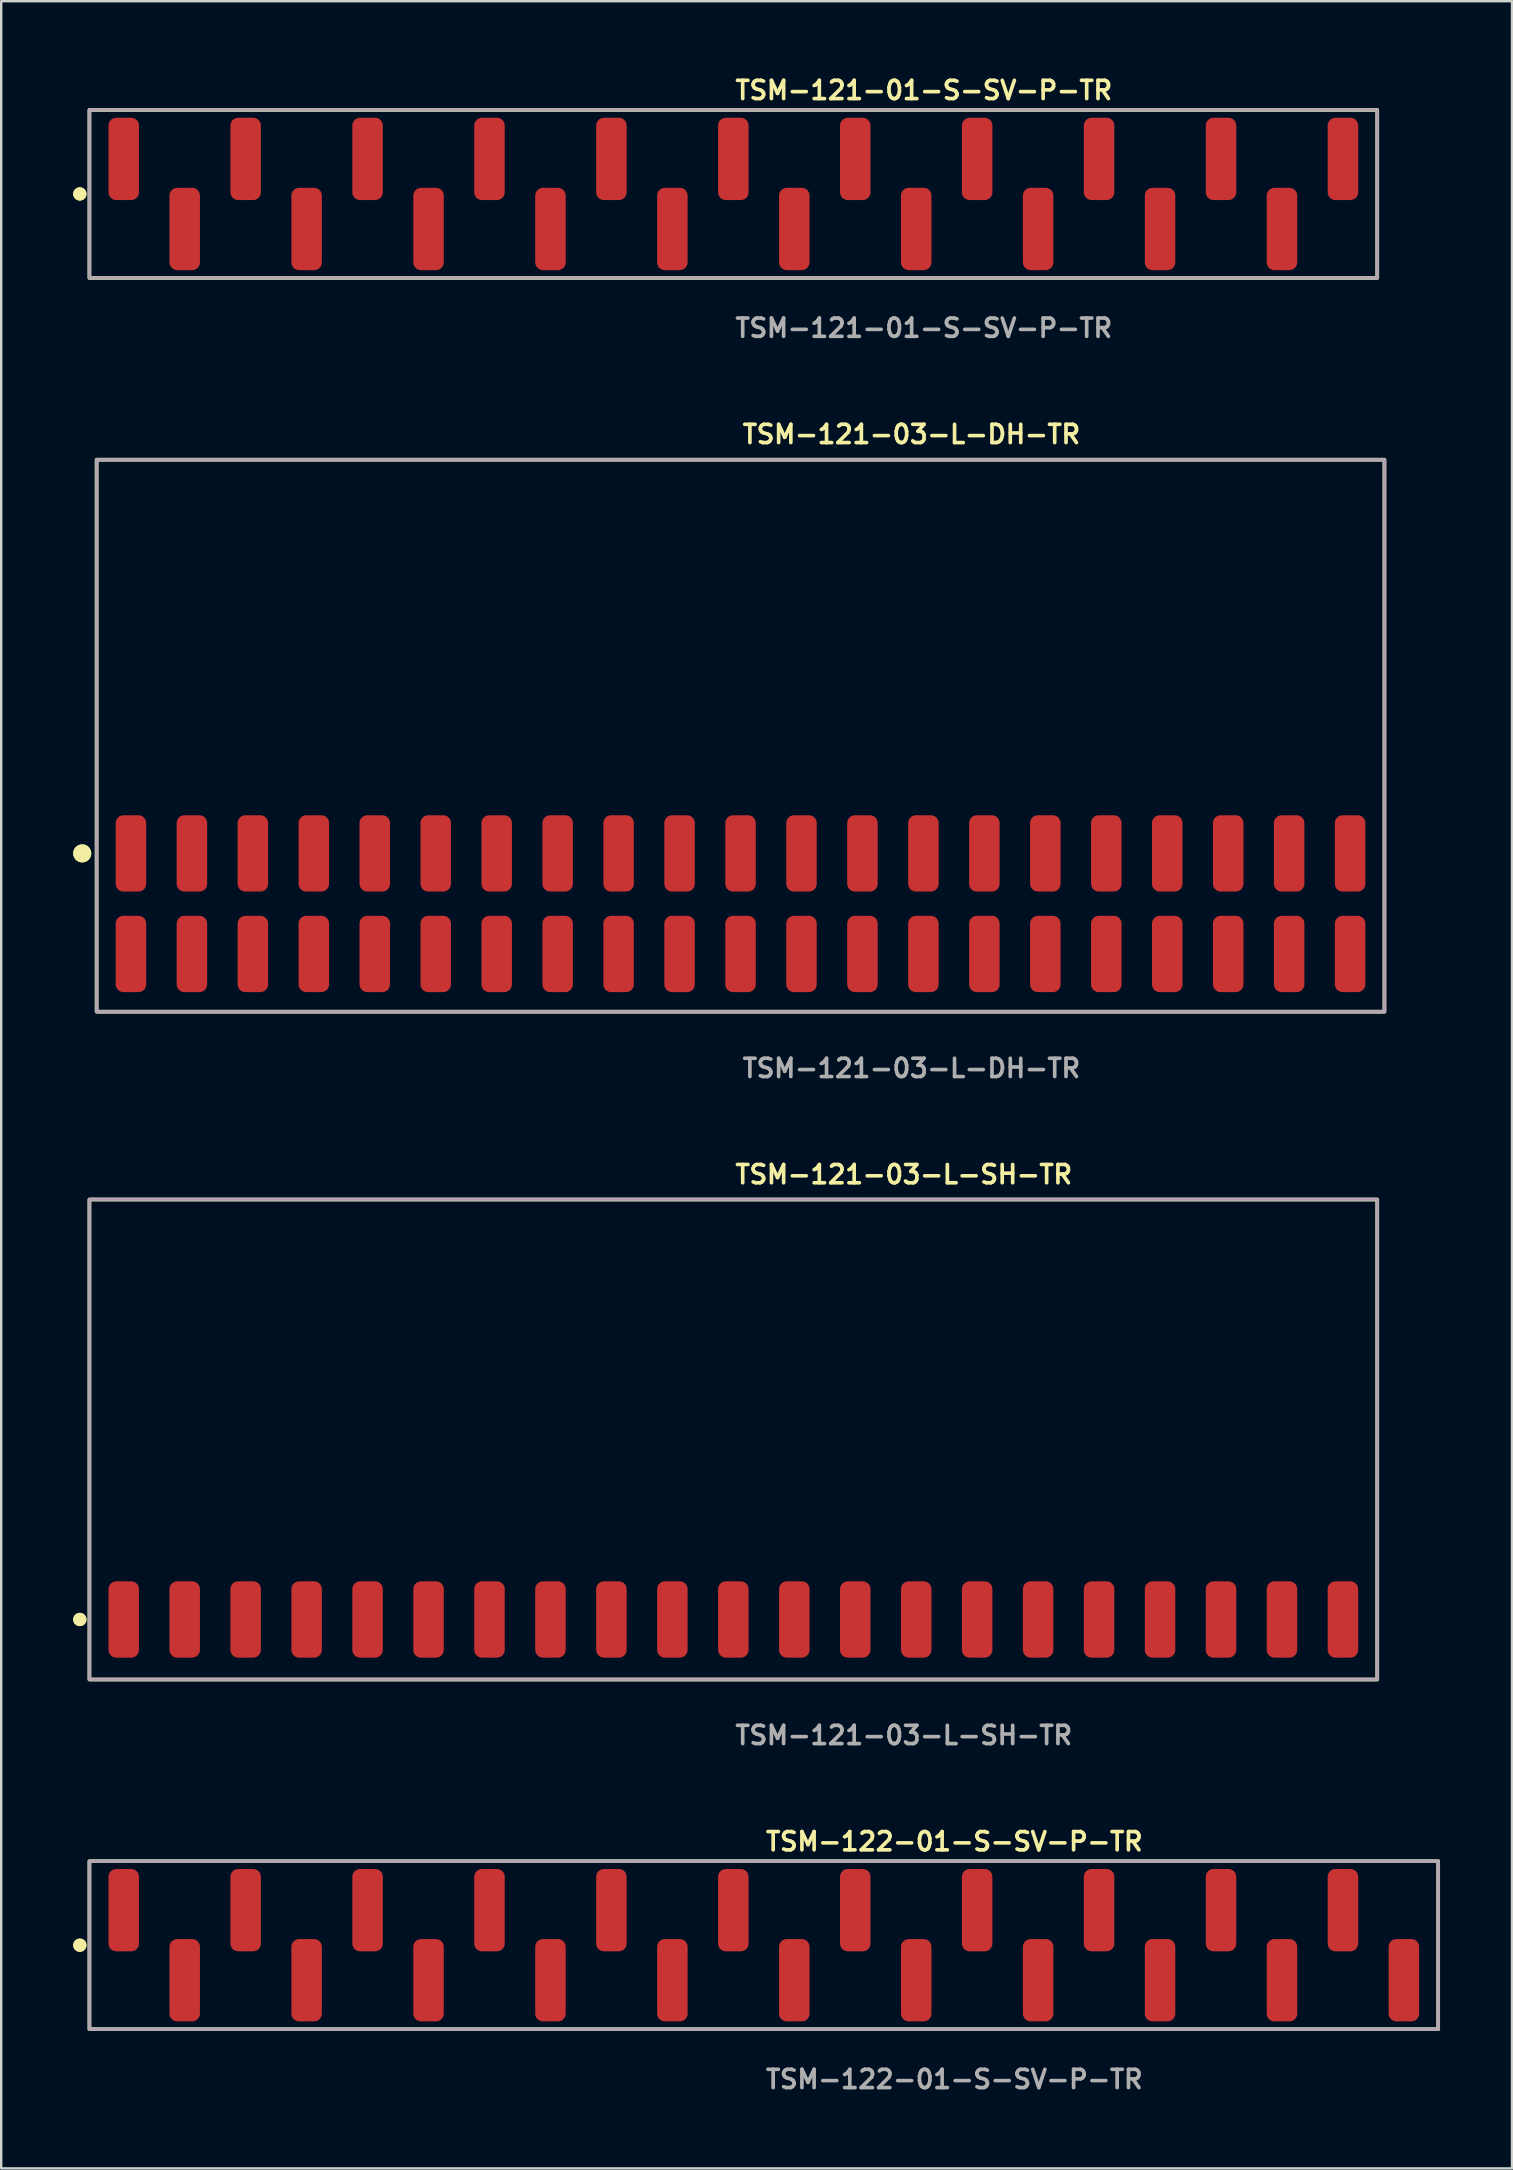
<source format=kicad_pcb>
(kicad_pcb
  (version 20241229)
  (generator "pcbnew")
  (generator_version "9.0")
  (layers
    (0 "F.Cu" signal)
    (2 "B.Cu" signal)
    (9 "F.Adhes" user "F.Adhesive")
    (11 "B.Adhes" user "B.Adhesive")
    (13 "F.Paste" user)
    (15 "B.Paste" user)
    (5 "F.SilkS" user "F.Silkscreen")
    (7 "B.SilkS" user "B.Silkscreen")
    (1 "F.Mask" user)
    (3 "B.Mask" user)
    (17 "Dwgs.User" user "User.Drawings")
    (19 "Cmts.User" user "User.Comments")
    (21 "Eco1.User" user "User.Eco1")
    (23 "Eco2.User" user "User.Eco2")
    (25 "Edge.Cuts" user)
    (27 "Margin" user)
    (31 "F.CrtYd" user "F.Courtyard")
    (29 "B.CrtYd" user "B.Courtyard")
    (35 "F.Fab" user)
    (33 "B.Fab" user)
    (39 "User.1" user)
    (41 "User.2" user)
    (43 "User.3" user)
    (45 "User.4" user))
  (footprint "TSM-121-01-S-SV-P-TR"
    (layer "F.Cu")
    (at 27.506 5.031)
    (property "Reference" "TSM-121-01-S-SV-P-TR" (at 0 -4.318 0) (unlocked yes) (layer "F.SilkS") (effects (font (size 0.762 0.762) (thickness 0.152)) (justify left)))
    (fp_rect (start -26.83 3.5) (end 26.83 -3.5) (stroke (width 0.152) (type solid)) (fill no) (layer "F.SilkS"))
    (fp_circle (center -27.23 0) (end -27.43 0) (stroke (width 0.152) (type solid)) (fill yes) (layer "F.SilkS"))
    (fp_circle (center -27.23 0) (end -27.43 0) (stroke (width 0.152) (type solid)) (fill yes) (layer "F.SilkS"))
    (fp_rect (start -26.83 3.5) (end 26.83 -3.5) (stroke (width 0.006) (type solid)) (fill no) (layer "F.CrtYd"))
    (fp_rect (start -26.83 3.5) (end 26.83 -3.5) (stroke (width 0.152) (type solid)) (fill no) (layer "F.Fab"))
    (fp_text user "${REFERENCE}" (at 0 5.588 0) (unlocked yes) (layer "F.Fab") (effects (font (size 0.762 0.762) (thickness 0.152)) (justify left)))
    (pad "1" smd roundrect (at -25.4 -1.46) (size 1.27 3.43) (layers "F.Cu" "F.Paste") (roundrect_rratio 0.25))
    (pad "2" smd roundrect (at -22.86 1.46) (size 1.27 3.43) (layers "F.Cu" "F.Paste") (roundrect_rratio 0.25))
    (pad "3" smd roundrect (at -20.32 -1.46) (size 1.27 3.43) (layers "F.Cu" "F.Paste") (roundrect_rratio 0.25))
    (pad "4" smd roundrect (at -17.78 1.46) (size 1.27 3.43) (layers "F.Cu" "F.Paste") (roundrect_rratio 0.25))
    (pad "5" smd roundrect (at -15.24 -1.46) (size 1.27 3.43) (layers "F.Cu" "F.Paste") (roundrect_rratio 0.25))
    (pad "6" smd roundrect (at -12.7 1.46) (size 1.27 3.43) (layers "F.Cu" "F.Paste") (roundrect_rratio 0.25))
    (pad "7" smd roundrect (at -10.16 -1.46) (size 1.27 3.43) (layers "F.Cu" "F.Paste") (roundrect_rratio 0.25))
    (pad "8" smd roundrect (at -7.62 1.46) (size 1.27 3.43) (layers "F.Cu" "F.Paste") (roundrect_rratio 0.25))
    (pad "9" smd roundrect (at -5.08 -1.46) (size 1.27 3.43) (layers "F.Cu" "F.Paste") (roundrect_rratio 0.25))
    (pad "10" smd roundrect (at -2.54 1.46) (size 1.27 3.43) (layers "F.Cu" "F.Paste") (roundrect_rratio 0.25))
    (pad "11" smd roundrect (at 0 -1.46) (size 1.27 3.43) (layers "F.Cu" "F.Paste") (roundrect_rratio 0.25))
    (pad "12" smd roundrect (at 2.54 1.46) (size 1.27 3.43) (layers "F.Cu" "F.Paste") (roundrect_rratio 0.25))
    (pad "13" smd roundrect (at 5.08 -1.46) (size 1.27 3.43) (layers "F.Cu" "F.Paste") (roundrect_rratio 0.25))
    (pad "14" smd roundrect (at 7.62 1.46) (size 1.27 3.43) (layers "F.Cu" "F.Paste") (roundrect_rratio 0.25))
    (pad "15" smd roundrect (at 10.16 -1.46) (size 1.27 3.43) (layers "F.Cu" "F.Paste") (roundrect_rratio 0.25))
    (pad "16" smd roundrect (at 12.7 1.46) (size 1.27 3.43) (layers "F.Cu" "F.Paste") (roundrect_rratio 0.25))
    (pad "17" smd roundrect (at 15.24 -1.46) (size 1.27 3.43) (layers "F.Cu" "F.Paste") (roundrect_rratio 0.25))
    (pad "18" smd roundrect (at 17.78 1.46) (size 1.27 3.43) (layers "F.Cu" "F.Paste") (roundrect_rratio 0.25))
    (pad "19" smd roundrect (at 20.32 -1.46) (size 1.27 3.43) (layers "F.Cu" "F.Paste") (roundrect_rratio 0.25))
    (pad "20" smd roundrect (at 22.86 1.46) (size 1.27 3.43) (layers "F.Cu" "F.Paste") (roundrect_rratio 0.25))
    (pad "21" smd roundrect (at 25.4 -1.46) (size 1.27 3.43) (layers "F.Cu" "F.Paste") (roundrect_rratio 0.25)))
  (footprint "TSM-121-03-L-SH-TR"
    (layer "F.Cu")
    (at 27.506 64.43)
    (property "Reference" "TSM-121-03-L-SH-TR" (at 0 -18.542 0) (unlocked yes) (layer "F.SilkS") (effects (font (size 0.762 0.762) (thickness 0.152)) (justify left)))
    (fp_rect (start -26.83 2.5) (end 26.83 -17.5) (stroke (width 0.152) (type solid)) (fill no) (layer "F.SilkS"))
    (fp_circle (center -27.23 0) (end -27.43 0) (stroke (width 0.152) (type solid)) (fill yes) (layer "F.SilkS"))
    (fp_circle (center -27.23 0) (end -27.43 0) (stroke (width 0.152) (type solid)) (fill yes) (layer "F.SilkS"))
    (fp_rect (start -26.83 2.5) (end 26.83 -17.5) (stroke (width 0.006) (type solid)) (fill no) (layer "F.CrtYd"))
    (fp_rect (start -26.83 2.5) (end 26.83 -17.5) (stroke (width 0.152) (type solid)) (fill no) (layer "F.Fab"))
    (fp_text user "${REFERENCE}" (at 0 4.826 0) (unlocked yes) (layer "F.Fab") (effects (font (size 0.762 0.762) (thickness 0.152)) (justify left)))
    (pad "1" smd roundrect (at -25.4 0) (size 1.27 3.18) (layers "F.Cu" "F.Paste") (roundrect_rratio 0.25))
    (pad "2" smd roundrect (at -22.86 0) (size 1.27 3.18) (layers "F.Cu" "F.Paste") (roundrect_rratio 0.25))
    (pad "3" smd roundrect (at -20.32 0) (size 1.27 3.18) (layers "F.Cu" "F.Paste") (roundrect_rratio 0.25))
    (pad "4" smd roundrect (at -17.78 0) (size 1.27 3.18) (layers "F.Cu" "F.Paste") (roundrect_rratio 0.25))
    (pad "5" smd roundrect (at -15.24 0) (size 1.27 3.18) (layers "F.Cu" "F.Paste") (roundrect_rratio 0.25))
    (pad "6" smd roundrect (at -12.7 0) (size 1.27 3.18) (layers "F.Cu" "F.Paste") (roundrect_rratio 0.25))
    (pad "7" smd roundrect (at -10.16 0) (size 1.27 3.18) (layers "F.Cu" "F.Paste") (roundrect_rratio 0.25))
    (pad "8" smd roundrect (at -7.62 0) (size 1.27 3.18) (layers "F.Cu" "F.Paste") (roundrect_rratio 0.25))
    (pad "9" smd roundrect (at -5.08 0) (size 1.27 3.18) (layers "F.Cu" "F.Paste") (roundrect_rratio 0.25))
    (pad "10" smd roundrect (at -2.54 0) (size 1.27 3.18) (layers "F.Cu" "F.Paste") (roundrect_rratio 0.25))
    (pad "11" smd roundrect (at 0 0) (size 1.27 3.18) (layers "F.Cu" "F.Paste") (roundrect_rratio 0.25))
    (pad "12" smd roundrect (at 2.54 0) (size 1.27 3.18) (layers "F.Cu" "F.Paste") (roundrect_rratio 0.25))
    (pad "13" smd roundrect (at 5.08 0) (size 1.27 3.18) (layers "F.Cu" "F.Paste") (roundrect_rratio 0.25))
    (pad "14" smd roundrect (at 7.62 0) (size 1.27 3.18) (layers "F.Cu" "F.Paste") (roundrect_rratio 0.25))
    (pad "15" smd roundrect (at 10.16 0) (size 1.27 3.18) (layers "F.Cu" "F.Paste") (roundrect_rratio 0.25))
    (pad "16" smd roundrect (at 12.7 0) (size 1.27 3.18) (layers "F.Cu" "F.Paste") (roundrect_rratio 0.25))
    (pad "17" smd roundrect (at 15.24 0) (size 1.27 3.18) (layers "F.Cu" "F.Paste") (roundrect_rratio 0.25))
    (pad "18" smd roundrect (at 17.78 0) (size 1.27 3.18) (layers "F.Cu" "F.Paste") (roundrect_rratio 0.25))
    (pad "19" smd roundrect (at 20.32 0) (size 1.27 3.18) (layers "F.Cu" "F.Paste") (roundrect_rratio 0.25))
    (pad "20" smd roundrect (at 22.86 0) (size 1.27 3.18) (layers "F.Cu" "F.Paste") (roundrect_rratio 0.25))
    (pad "21" smd roundrect (at 25.4 0) (size 1.27 3.18) (layers "F.Cu" "F.Paste") (roundrect_rratio 0.25)))
  (footprint "TSM-121-03-L-DH-TR"
    (layer "F.Cu")
    (at 27.806 34.604)
    (property "Reference" "TSM-121-03-L-DH-TR" (at 0 -19.558 0) (unlocked yes) (layer "F.SilkS") (effects (font (size 0.762 0.762) (thickness 0.152)) (justify left)))
    (fp_rect (start -26.83 4.5) (end 26.83 -18.5) (stroke (width 0.152) (type solid)) (fill no) (layer "F.SilkS"))
    (fp_circle (center -27.43 -2.095) (end -27.73 -2.095) (stroke (width 0.152) (type solid)) (fill yes) (layer "F.SilkS"))
    (fp_circle (center -27.43 -2.095) (end -27.73 -2.095) (stroke (width 0.152) (type solid)) (fill yes) (layer "F.SilkS"))
    (fp_rect (start -26.83 4.5) (end 26.83 -18.5) (stroke (width 0.006) (type solid)) (fill no) (layer "F.CrtYd"))
    (fp_rect (start -26.83 4.5) (end 26.83 -18.5) (stroke (width 0.152) (type solid)) (fill no) (layer "F.Fab"))
    (fp_text user "${REFERENCE}" (at 0 6.858 0) (unlocked yes) (layer "F.Fab") (effects (font (size 0.762 0.762) (thickness 0.152)) (justify left)))
    (pad "1" smd roundrect (at -25.4 2.095) (size 1.27 3.18) (layers "F.Cu" "F.Paste") (roundrect_rratio 0.25))
    (pad "2" smd roundrect (at -25.4 -2.095) (size 1.27 3.18) (layers "F.Cu" "F.Paste") (roundrect_rratio 0.25))
    (pad "3" smd roundrect (at -22.86 2.095) (size 1.27 3.18) (layers "F.Cu" "F.Paste") (roundrect_rratio 0.25))
    (pad "4" smd roundrect (at -22.86 -2.095) (size 1.27 3.18) (layers "F.Cu" "F.Paste") (roundrect_rratio 0.25))
    (pad "5" smd roundrect (at -20.32 2.095) (size 1.27 3.18) (layers "F.Cu" "F.Paste") (roundrect_rratio 0.25))
    (pad "6" smd roundrect (at -20.32 -2.095) (size 1.27 3.18) (layers "F.Cu" "F.Paste") (roundrect_rratio 0.25))
    (pad "7" smd roundrect (at -17.78 2.095) (size 1.27 3.18) (layers "F.Cu" "F.Paste") (roundrect_rratio 0.25))
    (pad "8" smd roundrect (at -17.78 -2.095) (size 1.27 3.18) (layers "F.Cu" "F.Paste") (roundrect_rratio 0.25))
    (pad "9" smd roundrect (at -15.24 2.095) (size 1.27 3.18) (layers "F.Cu" "F.Paste") (roundrect_rratio 0.25))
    (pad "10" smd roundrect (at -15.24 -2.095) (size 1.27 3.18) (layers "F.Cu" "F.Paste") (roundrect_rratio 0.25))
    (pad "11" smd roundrect (at -12.7 2.095) (size 1.27 3.18) (layers "F.Cu" "F.Paste") (roundrect_rratio 0.25))
    (pad "12" smd roundrect (at -12.7 -2.095) (size 1.27 3.18) (layers "F.Cu" "F.Paste") (roundrect_rratio 0.25))
    (pad "13" smd roundrect (at -10.16 2.095) (size 1.27 3.18) (layers "F.Cu" "F.Paste") (roundrect_rratio 0.25))
    (pad "14" smd roundrect (at -10.16 -2.095) (size 1.27 3.18) (layers "F.Cu" "F.Paste") (roundrect_rratio 0.25))
    (pad "15" smd roundrect (at -7.62 2.095) (size 1.27 3.18) (layers "F.Cu" "F.Paste") (roundrect_rratio 0.25))
    (pad "16" smd roundrect (at -7.62 -2.095) (size 1.27 3.18) (layers "F.Cu" "F.Paste") (roundrect_rratio 0.25))
    (pad "17" smd roundrect (at -5.08 2.095) (size 1.27 3.18) (layers "F.Cu" "F.Paste") (roundrect_rratio 0.25))
    (pad "18" smd roundrect (at -5.08 -2.095) (size 1.27 3.18) (layers "F.Cu" "F.Paste") (roundrect_rratio 0.25))
    (pad "19" smd roundrect (at -2.54 2.095) (size 1.27 3.18) (layers "F.Cu" "F.Paste") (roundrect_rratio 0.25))
    (pad "20" smd roundrect (at -2.54 -2.095) (size 1.27 3.18) (layers "F.Cu" "F.Paste") (roundrect_rratio 0.25))
    (pad "21" smd roundrect (at 0 2.095) (size 1.27 3.18) (layers "F.Cu" "F.Paste") (roundrect_rratio 0.25))
    (pad "22" smd roundrect (at 0 -2.095) (size 1.27 3.18) (layers "F.Cu" "F.Paste") (roundrect_rratio 0.25))
    (pad "23" smd roundrect (at 2.54 2.095) (size 1.27 3.18) (layers "F.Cu" "F.Paste") (roundrect_rratio 0.25))
    (pad "24" smd roundrect (at 2.54 -2.095) (size 1.27 3.18) (layers "F.Cu" "F.Paste") (roundrect_rratio 0.25))
    (pad "25" smd roundrect (at 5.08 2.095) (size 1.27 3.18) (layers "F.Cu" "F.Paste") (roundrect_rratio 0.25))
    (pad "26" smd roundrect (at 5.08 -2.095) (size 1.27 3.18) (layers "F.Cu" "F.Paste") (roundrect_rratio 0.25))
    (pad "27" smd roundrect (at 7.62 2.095) (size 1.27 3.18) (layers "F.Cu" "F.Paste") (roundrect_rratio 0.25))
    (pad "28" smd roundrect (at 7.62 -2.095) (size 1.27 3.18) (layers "F.Cu" "F.Paste") (roundrect_rratio 0.25))
    (pad "29" smd roundrect (at 10.16 2.095) (size 1.27 3.18) (layers "F.Cu" "F.Paste") (roundrect_rratio 0.25))
    (pad "30" smd roundrect (at 10.16 -2.095) (size 1.27 3.18) (layers "F.Cu" "F.Paste") (roundrect_rratio 0.25))
    (pad "31" smd roundrect (at 12.7 2.095) (size 1.27 3.18) (layers "F.Cu" "F.Paste") (roundrect_rratio 0.25))
    (pad "32" smd roundrect (at 12.7 -2.095) (size 1.27 3.18) (layers "F.Cu" "F.Paste") (roundrect_rratio 0.25))
    (pad "33" smd roundrect (at 15.24 2.095) (size 1.27 3.18) (layers "F.Cu" "F.Paste") (roundrect_rratio 0.25))
    (pad "34" smd roundrect (at 15.24 -2.095) (size 1.27 3.18) (layers "F.Cu" "F.Paste") (roundrect_rratio 0.25))
    (pad "35" smd roundrect (at 17.78 2.095) (size 1.27 3.18) (layers "F.Cu" "F.Paste") (roundrect_rratio 0.25))
    (pad "36" smd roundrect (at 17.78 -2.095) (size 1.27 3.18) (layers "F.Cu" "F.Paste") (roundrect_rratio 0.25))
    (pad "37" smd roundrect (at 20.32 2.095) (size 1.27 3.18) (layers "F.Cu" "F.Paste") (roundrect_rratio 0.25))
    (pad "38" smd roundrect (at 20.32 -2.095) (size 1.27 3.18) (layers "F.Cu" "F.Paste") (roundrect_rratio 0.25))
    (pad "39" smd roundrect (at 22.86 2.095) (size 1.27 3.18) (layers "F.Cu" "F.Paste") (roundrect_rratio 0.25))
    (pad "40" smd roundrect (at 22.86 -2.095) (size 1.27 3.18) (layers "F.Cu" "F.Paste") (roundrect_rratio 0.25))
    (pad "41" smd roundrect (at 25.4 2.095) (size 1.27 3.18) (layers "F.Cu" "F.Paste") (roundrect_rratio 0.25))
    (pad "42" smd roundrect (at 25.4 -2.095) (size 1.27 3.18) (layers "F.Cu" "F.Paste") (roundrect_rratio 0.25)))
  (footprint "TSM-122-01-S-SV-P-TR"
    (layer "F.Cu")
    (at 28.776 78.001)
    (property "Reference" "TSM-122-01-S-SV-P-TR" (at 0 -4.318 0) (unlocked yes) (layer "F.SilkS") (effects (font (size 0.762 0.762) (thickness 0.152)) (justify left)))
    (fp_rect (start -28.1 3.5) (end 28.1 -3.5) (stroke (width 0.152) (type solid)) (fill no) (layer "F.SilkS"))
    (fp_circle (center -28.5 0) (end -28.7 0) (stroke (width 0.152) (type solid)) (fill yes) (layer "F.SilkS"))
    (fp_circle (center -28.5 0) (end -28.7 0) (stroke (width 0.152) (type solid)) (fill yes) (layer "F.SilkS"))
    (fp_rect (start -28.1 3.5) (end 28.1 -3.5) (stroke (width 0.006) (type solid)) (fill no) (layer "F.CrtYd"))
    (fp_rect (start -28.1 3.5) (end 28.1 -3.5) (stroke (width 0.152) (type solid)) (fill no) (layer "F.Fab"))
    (fp_text user "${REFERENCE}" (at 0 5.588 0) (unlocked yes) (layer "F.Fab") (effects (font (size 0.762 0.762) (thickness 0.152)) (justify left)))
    (pad "1" smd roundrect (at -26.67 -1.46) (size 1.27 3.43) (layers "F.Cu" "F.Paste") (roundrect_rratio 0.25))
    (pad "2" smd roundrect (at -24.13 1.46) (size 1.27 3.43) (layers "F.Cu" "F.Paste") (roundrect_rratio 0.25))
    (pad "3" smd roundrect (at -21.59 -1.46) (size 1.27 3.43) (layers "F.Cu" "F.Paste") (roundrect_rratio 0.25))
    (pad "4" smd roundrect (at -19.05 1.46) (size 1.27 3.43) (layers "F.Cu" "F.Paste") (roundrect_rratio 0.25))
    (pad "5" smd roundrect (at -16.51 -1.46) (size 1.27 3.43) (layers "F.Cu" "F.Paste") (roundrect_rratio 0.25))
    (pad "6" smd roundrect (at -13.97 1.46) (size 1.27 3.43) (layers "F.Cu" "F.Paste") (roundrect_rratio 0.25))
    (pad "7" smd roundrect (at -11.43 -1.46) (size 1.27 3.43) (layers "F.Cu" "F.Paste") (roundrect_rratio 0.25))
    (pad "8" smd roundrect (at -8.89 1.46) (size 1.27 3.43) (layers "F.Cu" "F.Paste") (roundrect_rratio 0.25))
    (pad "9" smd roundrect (at -6.35 -1.46) (size 1.27 3.43) (layers "F.Cu" "F.Paste") (roundrect_rratio 0.25))
    (pad "10" smd roundrect (at -3.81 1.46) (size 1.27 3.43) (layers "F.Cu" "F.Paste") (roundrect_rratio 0.25))
    (pad "11" smd roundrect (at -1.27 -1.46) (size 1.27 3.43) (layers "F.Cu" "F.Paste") (roundrect_rratio 0.25))
    (pad "12" smd roundrect (at 1.27 1.46) (size 1.27 3.43) (layers "F.Cu" "F.Paste") (roundrect_rratio 0.25))
    (pad "13" smd roundrect (at 3.81 -1.46) (size 1.27 3.43) (layers "F.Cu" "F.Paste") (roundrect_rratio 0.25))
    (pad "14" smd roundrect (at 6.35 1.46) (size 1.27 3.43) (layers "F.Cu" "F.Paste") (roundrect_rratio 0.25))
    (pad "15" smd roundrect (at 8.89 -1.46) (size 1.27 3.43) (layers "F.Cu" "F.Paste") (roundrect_rratio 0.25))
    (pad "16" smd roundrect (at 11.43 1.46) (size 1.27 3.43) (layers "F.Cu" "F.Paste") (roundrect_rratio 0.25))
    (pad "17" smd roundrect (at 13.97 -1.46) (size 1.27 3.43) (layers "F.Cu" "F.Paste") (roundrect_rratio 0.25))
    (pad "18" smd roundrect (at 16.51 1.46) (size 1.27 3.43) (layers "F.Cu" "F.Paste") (roundrect_rratio 0.25))
    (pad "19" smd roundrect (at 19.05 -1.46) (size 1.27 3.43) (layers "F.Cu" "F.Paste") (roundrect_rratio 0.25))
    (pad "20" smd roundrect (at 21.59 1.46) (size 1.27 3.43) (layers "F.Cu" "F.Paste") (roundrect_rratio 0.25))
    (pad "21" smd roundrect (at 24.13 -1.46) (size 1.27 3.43) (layers "F.Cu" "F.Paste") (roundrect_rratio 0.25))
    (pad "22" smd roundrect (at 26.67 1.46) (size 1.27 3.43) (layers "F.Cu" "F.Paste") (roundrect_rratio 0.25)))
  (gr_rect
    (start -3 -3)
    (end 59.952 87.302)
    (stroke (width 0.1) (type default))
    (fill no)
    (layer "Edge.Cuts")))
</source>
